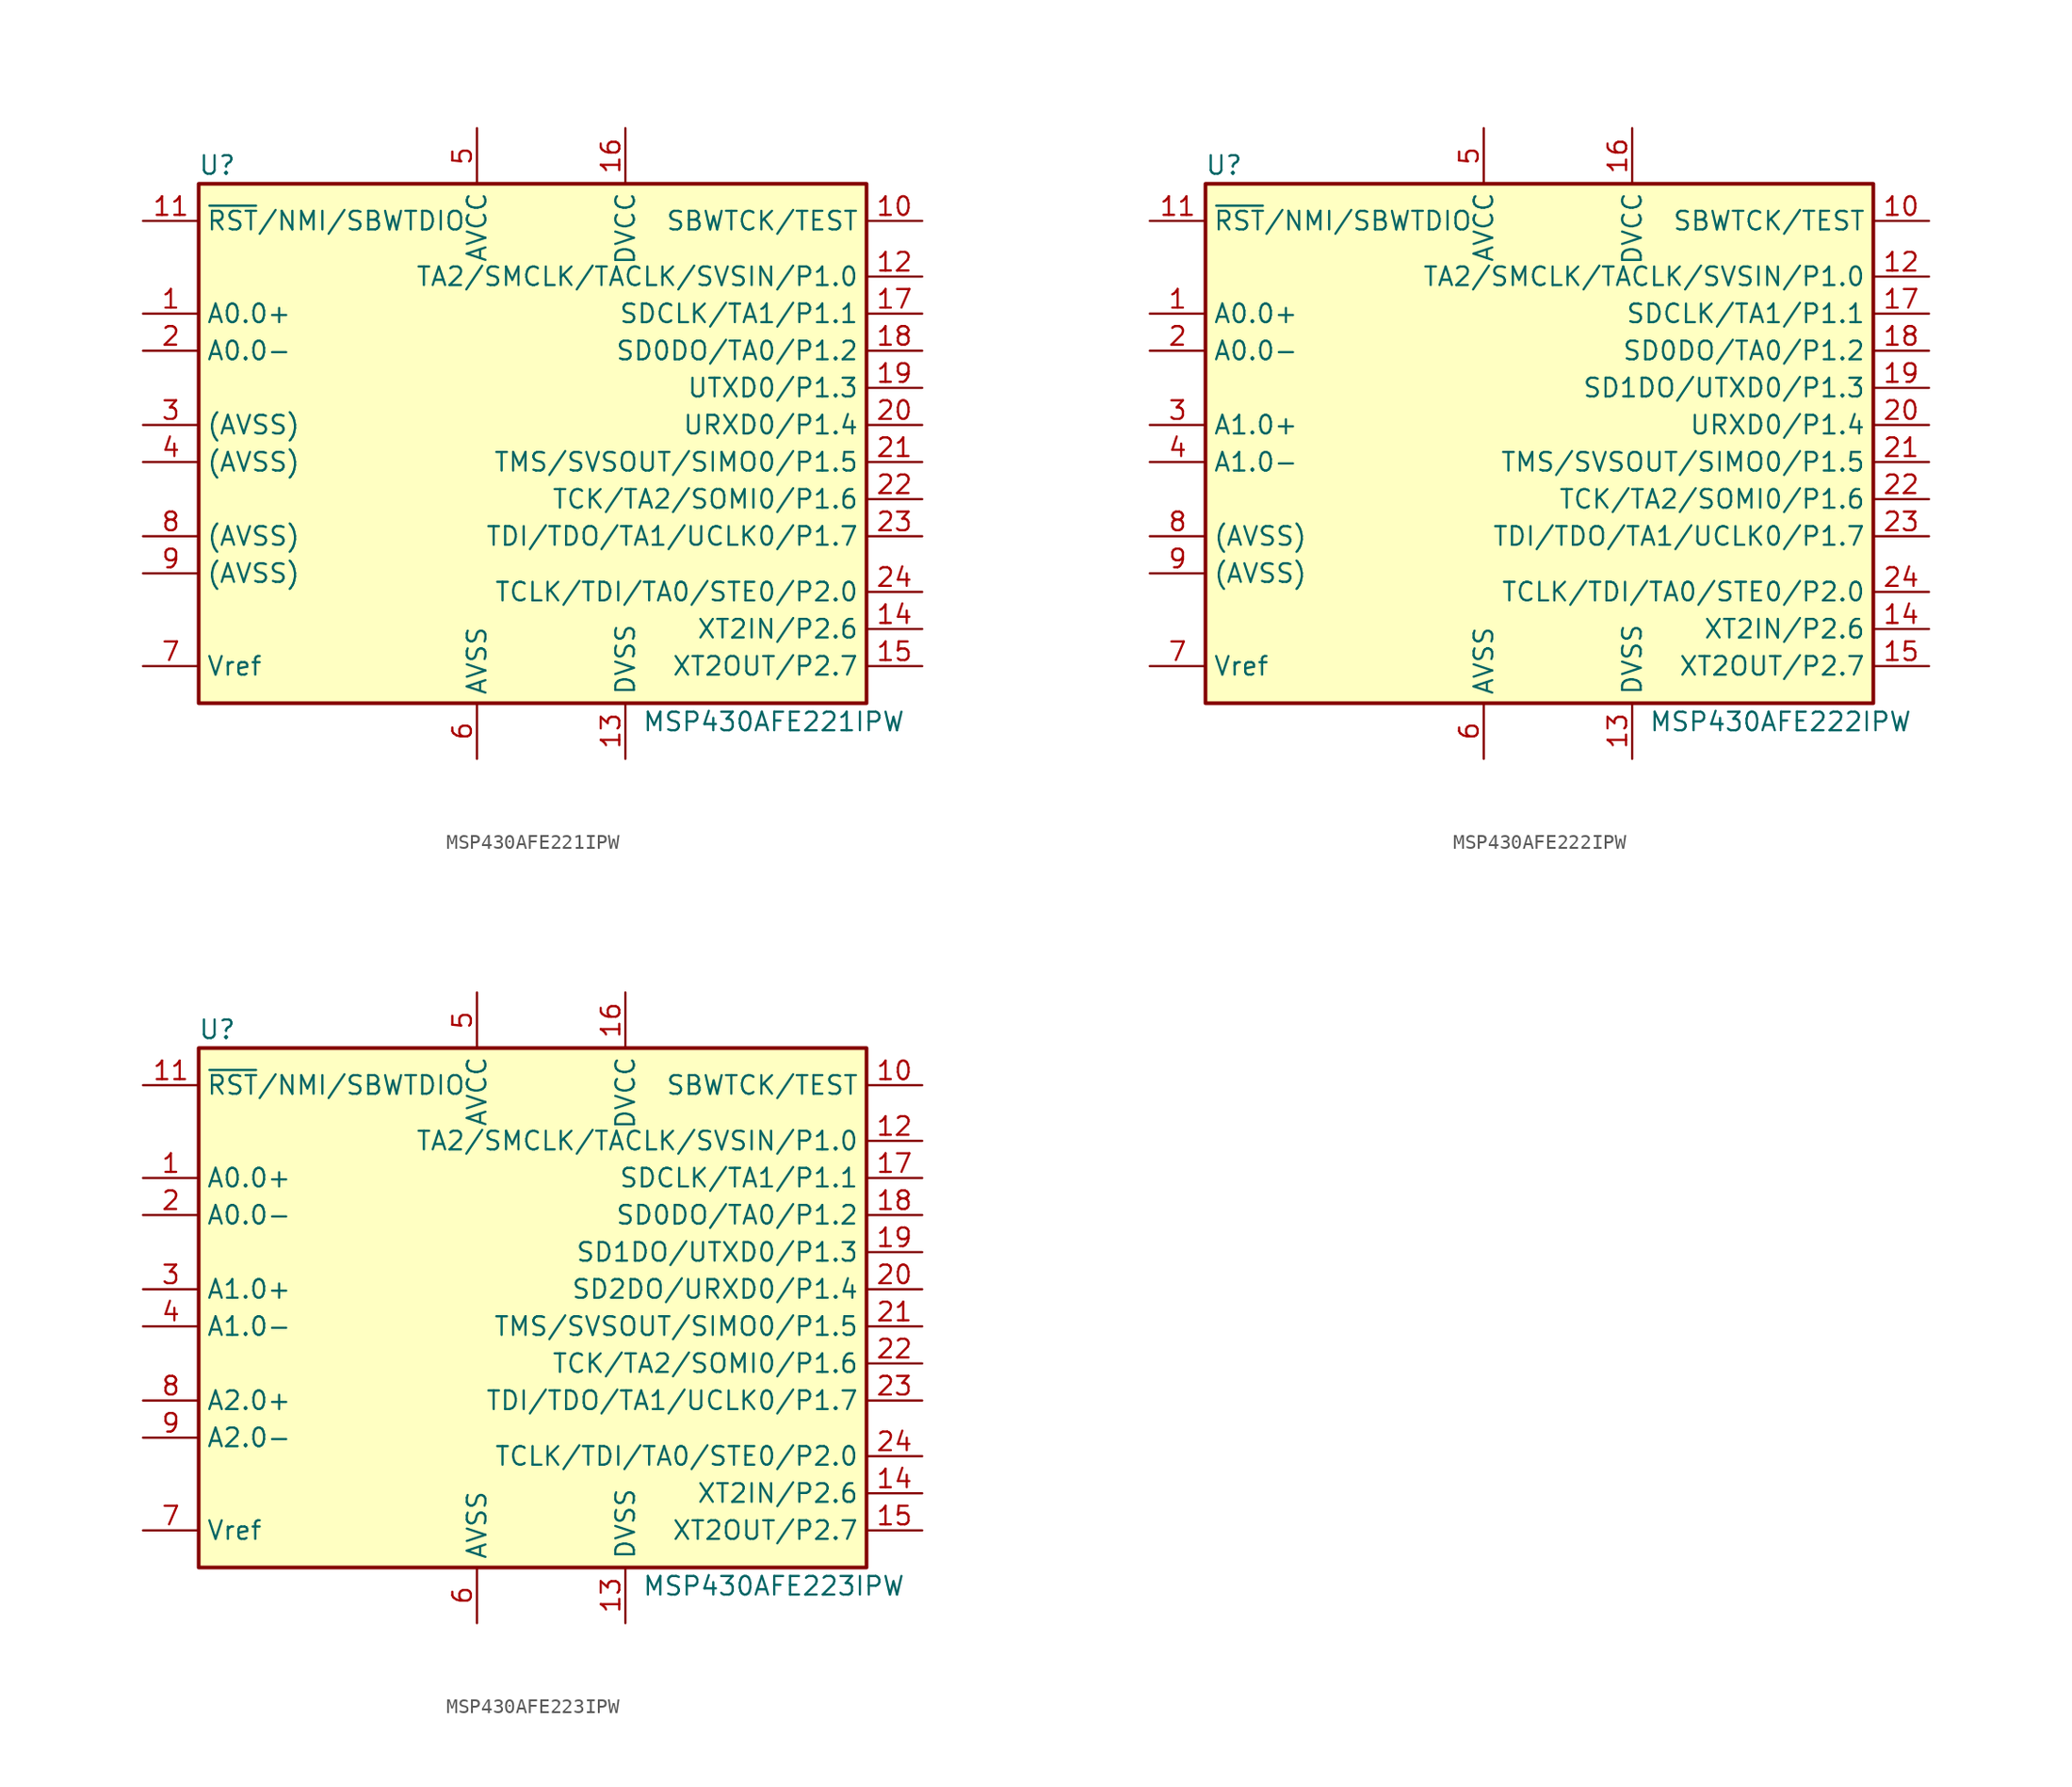
<source format=kicad_sym>
(kicad_symbol_lib
  (version 20201005)
  (generator kicad_symbol_editor)
  (symbol "MSP430AFE221IPW"
    (property "Reference" "U"
      (at -22.86 19.05 0)
      (effects (font (size 1.27 1.27))))
    (property "Value" "MSP430AFE221IPW"
      (at 15.24 -19.05 0)
      (effects (font (size 1.27 1.27))))
    (symbol "MSP430AFE221IPW_0_1"
      (rectangle (start -24.13 17.78) (end 21.59 -17.78) (stroke (width 0.254)) (fill (type background))))
    (symbol "MSP430AFE221IPW_1_1"
      (pin passive line (at -27.94 8.89 0) (length 3.81) (name "A0.0+" (effects (font (size 1.27 1.27)))) (number "1" (effects (font (size 1.27 1.27)))))
      (pin input line (at 25.4 15.24 180) (length 3.81) (name "SBWTCK/TEST" (effects (font (size 1.27 1.27)))) (number "10" (effects (font (size 1.27 1.27)))))
      (pin input line (at -27.94 15.24 0) (length 3.81) (name "~RST~/NMI/SBWTDIO" (effects (font (size 1.27 1.27)))) (number "11" (effects (font (size 1.27 1.27)))))
      (pin bidirectional line (at 25.4 11.43 180) (length 3.81) (name "TA2/SMCLK/TACLK/SVSIN/P1.0" (effects (font (size 1.27 1.27)))) (number "12" (effects (font (size 1.27 1.27)))))
      (pin power_in line (at 5.08 -21.59 90) (length 3.81) (name "DVSS" (effects (font (size 1.27 1.27)))) (number "13" (effects (font (size 1.27 1.27)))))
      (pin bidirectional line (at 25.4 -12.7 180) (length 3.81) (name "XT2IN/P2.6" (effects (font (size 1.27 1.27)))) (number "14" (effects (font (size 1.27 1.27)))))
      (pin bidirectional line (at 25.4 -15.24 180) (length 3.81) (name "XT2OUT/P2.7" (effects (font (size 1.27 1.27)))) (number "15" (effects (font (size 1.27 1.27)))))
      (pin power_in line (at 5.08 21.59 270) (length 3.81) (name "DVCC" (effects (font (size 1.27 1.27)))) (number "16" (effects (font (size 1.27 1.27)))))
      (pin bidirectional line (at 25.4 8.89 180) (length 3.81) (name "SDCLK/TA1/P1.1" (effects (font (size 1.27 1.27)))) (number "17" (effects (font (size 1.27 1.27)))))
      (pin bidirectional line (at 25.4 6.35 180) (length 3.81) (name "SD0DO/TA0/P1.2" (effects (font (size 1.27 1.27)))) (number "18" (effects (font (size 1.27 1.27)))))
      (pin bidirectional line (at 25.4 3.81 180) (length 3.81) (name "UTXD0/P1.3" (effects (font (size 1.27 1.27)))) (number "19" (effects (font (size 1.27 1.27)))))
      (pin passive line (at -27.94 6.35 0) (length 3.81) (name "A0.0-" (effects (font (size 1.27 1.27)))) (number "2" (effects (font (size 1.27 1.27)))))
      (pin bidirectional line (at 25.4 1.27 180) (length 3.81) (name "URXD0/P1.4" (effects (font (size 1.27 1.27)))) (number "20" (effects (font (size 1.27 1.27)))))
      (pin bidirectional line (at 25.4 -1.27 180) (length 3.81) (name "TMS/SVSOUT/SIMO0/P1.5" (effects (font (size 1.27 1.27)))) (number "21" (effects (font (size 1.27 1.27)))))
      (pin bidirectional line (at 25.4 -3.81 180) (length 3.81) (name "TCK/TA2/SOMI0/P1.6" (effects (font (size 1.27 1.27)))) (number "22" (effects (font (size 1.27 1.27)))))
      (pin bidirectional line (at 25.4 -6.35 180) (length 3.81) (name "TDI/TDO/TA1/UCLK0/P1.7" (effects (font (size 1.27 1.27)))) (number "23" (effects (font (size 1.27 1.27)))))
      (pin bidirectional line (at 25.4 -10.16 180) (length 3.81) (name "TCLK/TDI/TA0/STE0/P2.0" (effects (font (size 1.27 1.27)))) (number "24" (effects (font (size 1.27 1.27)))))
      (pin passive line (at -27.94 1.27 0) (length 3.81) (name "(AVSS)" (effects (font (size 1.27 1.27)))) (number "3" (effects (font (size 1.27 1.27)))))
      (pin passive line (at -27.94 -1.27 0) (length 3.81) (name "(AVSS)" (effects (font (size 1.27 1.27)))) (number "4" (effects (font (size 1.27 1.27)))))
      (pin power_in line (at -5.08 21.59 270) (length 3.81) (name "AVCC" (effects (font (size 1.27 1.27)))) (number "5" (effects (font (size 1.27 1.27)))))
      (pin power_in line (at -5.08 -21.59 90) (length 3.81) (name "AVSS" (effects (font (size 1.27 1.27)))) (number "6" (effects (font (size 1.27 1.27)))))
      (pin passive line (at -27.94 -15.24 0) (length 3.81) (name "Vref" (effects (font (size 1.27 1.27)))) (number "7" (effects (font (size 1.27 1.27)))))
      (pin passive line (at -27.94 -6.35 0) (length 3.81) (name "(AVSS)" (effects (font (size 1.27 1.27)))) (number "8" (effects (font (size 1.27 1.27)))))
      (pin passive line (at -27.94 -8.89 0) (length 3.81) (name "(AVSS)" (effects (font (size 1.27 1.27)))) (number "9" (effects (font (size 1.27 1.27)))))))
  (symbol "MSP430AFE222IPW"
    (property "Reference" "U"
      (at -22.86 19.05 0)
      (effects (font (size 1.27 1.27))))
    (property "Value" "MSP430AFE222IPW"
      (at 15.24 -19.05 0)
      (effects (font (size 1.27 1.27))))
    (symbol "MSP430AFE222IPW_0_1"
      (rectangle (start -24.13 17.78) (end 21.59 -17.78) (stroke (width 0.254)) (fill (type background))))
    (symbol "MSP430AFE222IPW_1_1"
      (pin passive line (at -27.94 8.89 0) (length 3.81) (name "A0.0+" (effects (font (size 1.27 1.27)))) (number "1" (effects (font (size 1.27 1.27)))))
      (pin input line (at 25.4 15.24 180) (length 3.81) (name "SBWTCK/TEST" (effects (font (size 1.27 1.27)))) (number "10" (effects (font (size 1.27 1.27)))))
      (pin input line (at -27.94 15.24 0) (length 3.81) (name "~RST~/NMI/SBWTDIO" (effects (font (size 1.27 1.27)))) (number "11" (effects (font (size 1.27 1.27)))))
      (pin bidirectional line (at 25.4 11.43 180) (length 3.81) (name "TA2/SMCLK/TACLK/SVSIN/P1.0" (effects (font (size 1.27 1.27)))) (number "12" (effects (font (size 1.27 1.27)))))
      (pin power_in line (at 5.08 -21.59 90) (length 3.81) (name "DVSS" (effects (font (size 1.27 1.27)))) (number "13" (effects (font (size 1.27 1.27)))))
      (pin bidirectional line (at 25.4 -12.7 180) (length 3.81) (name "XT2IN/P2.6" (effects (font (size 1.27 1.27)))) (number "14" (effects (font (size 1.27 1.27)))))
      (pin bidirectional line (at 25.4 -15.24 180) (length 3.81) (name "XT2OUT/P2.7" (effects (font (size 1.27 1.27)))) (number "15" (effects (font (size 1.27 1.27)))))
      (pin power_in line (at 5.08 21.59 270) (length 3.81) (name "DVCC" (effects (font (size 1.27 1.27)))) (number "16" (effects (font (size 1.27 1.27)))))
      (pin bidirectional line (at 25.4 8.89 180) (length 3.81) (name "SDCLK/TA1/P1.1" (effects (font (size 1.27 1.27)))) (number "17" (effects (font (size 1.27 1.27)))))
      (pin bidirectional line (at 25.4 6.35 180) (length 3.81) (name "SD0DO/TA0/P1.2" (effects (font (size 1.27 1.27)))) (number "18" (effects (font (size 1.27 1.27)))))
      (pin bidirectional line (at 25.4 3.81 180) (length 3.81) (name "SD1DO/UTXD0/P1.3" (effects (font (size 1.27 1.27)))) (number "19" (effects (font (size 1.27 1.27)))))
      (pin passive line (at -27.94 6.35 0) (length 3.81) (name "A0.0-" (effects (font (size 1.27 1.27)))) (number "2" (effects (font (size 1.27 1.27)))))
      (pin bidirectional line (at 25.4 1.27 180) (length 3.81) (name "URXD0/P1.4" (effects (font (size 1.27 1.27)))) (number "20" (effects (font (size 1.27 1.27)))))
      (pin bidirectional line (at 25.4 -1.27 180) (length 3.81) (name "TMS/SVSOUT/SIMO0/P1.5" (effects (font (size 1.27 1.27)))) (number "21" (effects (font (size 1.27 1.27)))))
      (pin bidirectional line (at 25.4 -3.81 180) (length 3.81) (name "TCK/TA2/SOMI0/P1.6" (effects (font (size 1.27 1.27)))) (number "22" (effects (font (size 1.27 1.27)))))
      (pin bidirectional line (at 25.4 -6.35 180) (length 3.81) (name "TDI/TDO/TA1/UCLK0/P1.7" (effects (font (size 1.27 1.27)))) (number "23" (effects (font (size 1.27 1.27)))))
      (pin bidirectional line (at 25.4 -10.16 180) (length 3.81) (name "TCLK/TDI/TA0/STE0/P2.0" (effects (font (size 1.27 1.27)))) (number "24" (effects (font (size 1.27 1.27)))))
      (pin passive line (at -27.94 1.27 0) (length 3.81) (name "A1.0+" (effects (font (size 1.27 1.27)))) (number "3" (effects (font (size 1.27 1.27)))))
      (pin passive line (at -27.94 -1.27 0) (length 3.81) (name "A1.0-" (effects (font (size 1.27 1.27)))) (number "4" (effects (font (size 1.27 1.27)))))
      (pin power_in line (at -5.08 21.59 270) (length 3.81) (name "AVCC" (effects (font (size 1.27 1.27)))) (number "5" (effects (font (size 1.27 1.27)))))
      (pin power_in line (at -5.08 -21.59 90) (length 3.81) (name "AVSS" (effects (font (size 1.27 1.27)))) (number "6" (effects (font (size 1.27 1.27)))))
      (pin passive line (at -27.94 -15.24 0) (length 3.81) (name "Vref" (effects (font (size 1.27 1.27)))) (number "7" (effects (font (size 1.27 1.27)))))
      (pin passive line (at -27.94 -6.35 0) (length 3.81) (name "(AVSS)" (effects (font (size 1.27 1.27)))) (number "8" (effects (font (size 1.27 1.27)))))
      (pin passive line (at -27.94 -8.89 0) (length 3.81) (name "(AVSS)" (effects (font (size 1.27 1.27)))) (number "9" (effects (font (size 1.27 1.27)))))))
  (symbol "MSP430AFE223IPW"
    (property "Reference" "U"
      (at -22.86 19.05 0)
      (effects (font (size 1.27 1.27))))
    (property "Value" "MSP430AFE223IPW"
      (at 15.24 -19.05 0)
      (effects (font (size 1.27 1.27))))
    (symbol "MSP430AFE223IPW_0_1"
      (rectangle (start -24.13 17.78) (end 21.59 -17.78) (stroke (width 0.254)) (fill (type background))))
    (symbol "MSP430AFE223IPW_1_1"
      (pin passive line (at -27.94 8.89 0) (length 3.81) (name "A0.0+" (effects (font (size 1.27 1.27)))) (number "1" (effects (font (size 1.27 1.27)))))
      (pin input line (at 25.4 15.24 180) (length 3.81) (name "SBWTCK/TEST" (effects (font (size 1.27 1.27)))) (number "10" (effects (font (size 1.27 1.27)))))
      (pin input line (at -27.94 15.24 0) (length 3.81) (name "~RST~/NMI/SBWTDIO" (effects (font (size 1.27 1.27)))) (number "11" (effects (font (size 1.27 1.27)))))
      (pin bidirectional line (at 25.4 11.43 180) (length 3.81) (name "TA2/SMCLK/TACLK/SVSIN/P1.0" (effects (font (size 1.27 1.27)))) (number "12" (effects (font (size 1.27 1.27)))))
      (pin power_in line (at 5.08 -21.59 90) (length 3.81) (name "DVSS" (effects (font (size 1.27 1.27)))) (number "13" (effects (font (size 1.27 1.27)))))
      (pin bidirectional line (at 25.4 -12.7 180) (length 3.81) (name "XT2IN/P2.6" (effects (font (size 1.27 1.27)))) (number "14" (effects (font (size 1.27 1.27)))))
      (pin bidirectional line (at 25.4 -15.24 180) (length 3.81) (name "XT2OUT/P2.7" (effects (font (size 1.27 1.27)))) (number "15" (effects (font (size 1.27 1.27)))))
      (pin power_in line (at 5.08 21.59 270) (length 3.81) (name "DVCC" (effects (font (size 1.27 1.27)))) (number "16" (effects (font (size 1.27 1.27)))))
      (pin bidirectional line (at 25.4 8.89 180) (length 3.81) (name "SDCLK/TA1/P1.1" (effects (font (size 1.27 1.27)))) (number "17" (effects (font (size 1.27 1.27)))))
      (pin bidirectional line (at 25.4 6.35 180) (length 3.81) (name "SD0DO/TA0/P1.2" (effects (font (size 1.27 1.27)))) (number "18" (effects (font (size 1.27 1.27)))))
      (pin bidirectional line (at 25.4 3.81 180) (length 3.81) (name "SD1DO/UTXD0/P1.3" (effects (font (size 1.27 1.27)))) (number "19" (effects (font (size 1.27 1.27)))))
      (pin passive line (at -27.94 6.35 0) (length 3.81) (name "A0.0-" (effects (font (size 1.27 1.27)))) (number "2" (effects (font (size 1.27 1.27)))))
      (pin bidirectional line (at 25.4 1.27 180) (length 3.81) (name "SD2DO/URXD0/P1.4" (effects (font (size 1.27 1.27)))) (number "20" (effects (font (size 1.27 1.27)))))
      (pin bidirectional line (at 25.4 -1.27 180) (length 3.81) (name "TMS/SVSOUT/SIMO0/P1.5" (effects (font (size 1.27 1.27)))) (number "21" (effects (font (size 1.27 1.27)))))
      (pin bidirectional line (at 25.4 -3.81 180) (length 3.81) (name "TCK/TA2/SOMI0/P1.6" (effects (font (size 1.27 1.27)))) (number "22" (effects (font (size 1.27 1.27)))))
      (pin bidirectional line (at 25.4 -6.35 180) (length 3.81) (name "TDI/TDO/TA1/UCLK0/P1.7" (effects (font (size 1.27 1.27)))) (number "23" (effects (font (size 1.27 1.27)))))
      (pin bidirectional line (at 25.4 -10.16 180) (length 3.81) (name "TCLK/TDI/TA0/STE0/P2.0" (effects (font (size 1.27 1.27)))) (number "24" (effects (font (size 1.27 1.27)))))
      (pin passive line (at -27.94 1.27 0) (length 3.81) (name "A1.0+" (effects (font (size 1.27 1.27)))) (number "3" (effects (font (size 1.27 1.27)))))
      (pin passive line (at -27.94 -1.27 0) (length 3.81) (name "A1.0-" (effects (font (size 1.27 1.27)))) (number "4" (effects (font (size 1.27 1.27)))))
      (pin power_in line (at -5.08 21.59 270) (length 3.81) (name "AVCC" (effects (font (size 1.27 1.27)))) (number "5" (effects (font (size 1.27 1.27)))))
      (pin power_in line (at -5.08 -21.59 90) (length 3.81) (name "AVSS" (effects (font (size 1.27 1.27)))) (number "6" (effects (font (size 1.27 1.27)))))
      (pin passive line (at -27.94 -15.24 0) (length 3.81) (name "Vref" (effects (font (size 1.27 1.27)))) (number "7" (effects (font (size 1.27 1.27)))))
      (pin passive line (at -27.94 -6.35 0) (length 3.81) (name "A2.0+" (effects (font (size 1.27 1.27)))) (number "8" (effects (font (size 1.27 1.27)))))
      (pin passive line (at -27.94 -8.89 0) (length 3.81) (name "A2.0-" (effects (font (size 1.27 1.27)))) (number "9" (effects (font (size 1.27 1.27))))))))
</source>
